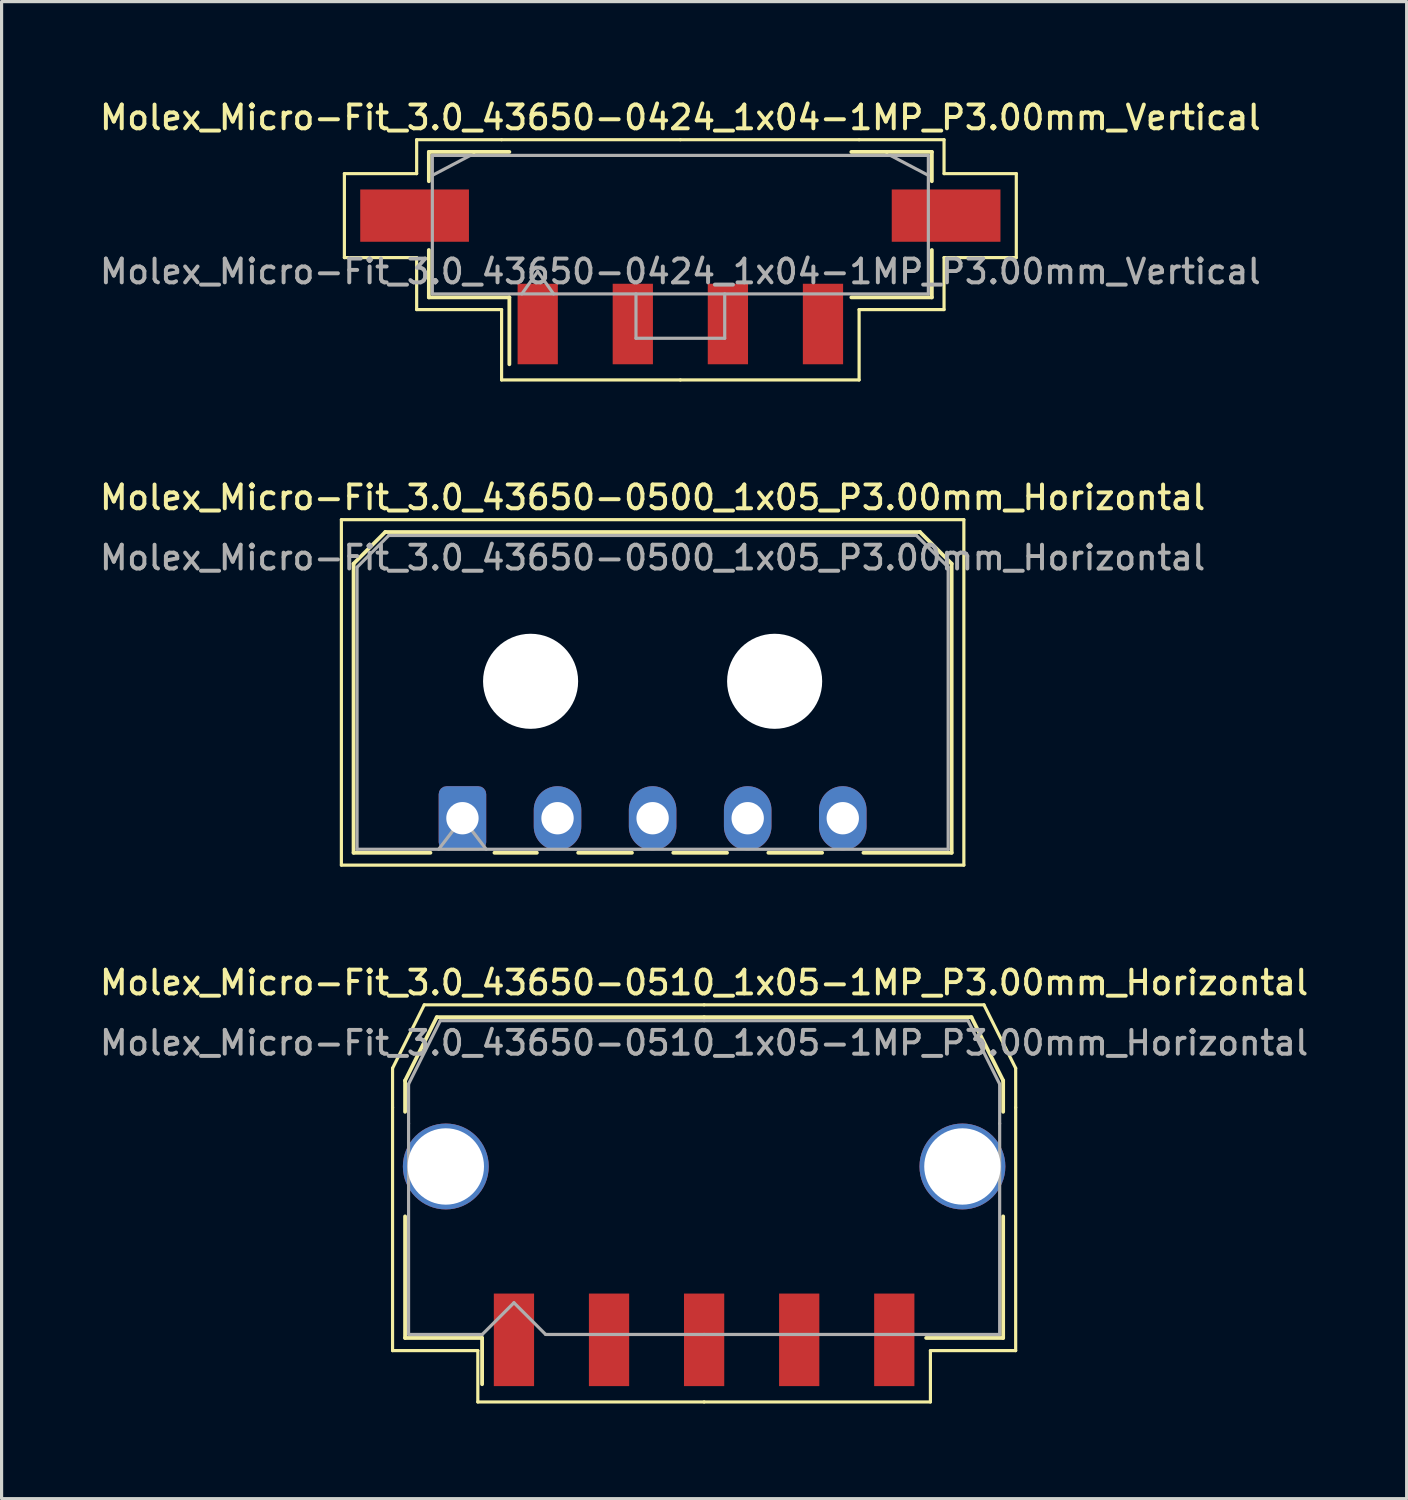
<source format=kicad_pcb>
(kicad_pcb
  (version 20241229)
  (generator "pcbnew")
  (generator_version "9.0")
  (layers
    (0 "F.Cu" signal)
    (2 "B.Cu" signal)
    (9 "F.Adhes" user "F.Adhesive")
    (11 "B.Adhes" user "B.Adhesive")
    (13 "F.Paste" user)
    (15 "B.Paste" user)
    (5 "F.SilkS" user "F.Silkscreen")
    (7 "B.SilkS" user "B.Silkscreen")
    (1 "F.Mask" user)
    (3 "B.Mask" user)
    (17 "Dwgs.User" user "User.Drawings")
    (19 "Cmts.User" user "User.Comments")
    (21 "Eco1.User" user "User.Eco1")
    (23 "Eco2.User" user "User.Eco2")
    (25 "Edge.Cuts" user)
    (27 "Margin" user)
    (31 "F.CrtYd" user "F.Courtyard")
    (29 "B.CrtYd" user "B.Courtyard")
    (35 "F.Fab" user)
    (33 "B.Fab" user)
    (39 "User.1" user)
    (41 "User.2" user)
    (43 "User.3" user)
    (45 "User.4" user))
  (footprint "Molex_Micro-Fit_3.0_43650-0510_1x05-1MP_P3.00mm_Horizontal"
    (layer "F.Cu")
    (at 19.166 34.104)
    (property "Reference" "Molex_Micro-Fit_3.0_43650-0510_1x05-1MP_P3.00mm_Horizontal" (at 0 -6.15 0) (layer "F.SilkS") (effects (font (size 0.75 0.75) (thickness 0.125))))
    (attr smd)
    (fp_line (start -9.83 -3.45) (end -9.83 -2.21) (stroke (width 0.1) (type solid)) (layer "F.SilkS"))
    (fp_line (start -9.83 -2.21) (end -9.83 5.46) (stroke (width 0.1) (type solid)) (layer "F.SilkS"))
    (fp_line (start -9.83 5.46) (end -7.14 5.46) (stroke (width 0.1) (type solid)) (layer "F.SilkS"))
    (fp_line (start -9.435 -3.06) (end -9.435 -2.075) (stroke (width 0.12) (type solid)) (layer "F.SilkS"))
    (fp_line (start -9.435 1.225) (end -9.435 5.06) (stroke (width 0.12) (type solid)) (layer "F.SilkS"))
    (fp_line (start -9.435 5.06) (end -7.005 5.06) (stroke (width 0.12) (type solid)) (layer "F.SilkS"))
    (fp_line (start -8.83 -5.45) (end -9.83 -3.45) (stroke (width 0.1) (type solid)) (layer "F.SilkS"))
    (fp_line (start -8.435 -5.06) (end -9.435 -3.06) (stroke (width 0.12) (type solid)) (layer "F.SilkS"))
    (fp_line (start -7.14 5.46) (end -7.14 7.08) (stroke (width 0.1) (type solid)) (layer "F.SilkS"))
    (fp_line (start -7.14 7.08) (end 0 7.08) (stroke (width 0.1) (type solid)) (layer "F.SilkS"))
    (fp_line (start -7.005 5.06) (end -7.005 6.52) (stroke (width 0.12) (type solid)) (layer "F.SilkS"))
    (fp_line (start 0 -5.45) (end -8.83 -5.45) (stroke (width 0.1) (type solid)) (layer "F.SilkS"))
    (fp_line (start 0 -5.45) (end 8.83 -5.45) (stroke (width 0.1) (type solid)) (layer "F.SilkS"))
    (fp_line (start 0 -5.06) (end -8.435 -5.06) (stroke (width 0.12) (type solid)) (layer "F.SilkS"))
    (fp_line (start 0 -5.06) (end 8.435 -5.06) (stroke (width 0.12) (type solid)) (layer "F.SilkS"))
    (fp_line (start 7.14 5.46) (end 7.14 7.08) (stroke (width 0.1) (type solid)) (layer "F.SilkS"))
    (fp_line (start 7.14 7.08) (end 0 7.08) (stroke (width 0.1) (type solid)) (layer "F.SilkS"))
    (fp_line (start 8.435 -5.06) (end 9.435 -3.06) (stroke (width 0.12) (type solid)) (layer "F.SilkS"))
    (fp_line (start 8.83 -5.45) (end 9.83 -3.45) (stroke (width 0.1) (type solid)) (layer "F.SilkS"))
    (fp_line (start 9.435 -3.06) (end 9.435 -2.075) (stroke (width 0.12) (type solid)) (layer "F.SilkS"))
    (fp_line (start 9.435 1.225) (end 9.435 5.06) (stroke (width 0.12) (type solid)) (layer "F.SilkS"))
    (fp_line (start 9.435 5.06) (end 7.005 5.06) (stroke (width 0.12) (type solid)) (layer "F.SilkS"))
    (fp_line (start 9.83 -3.45) (end 9.83 -2.21) (stroke (width 0.1) (type solid)) (layer "F.SilkS"))
    (fp_line (start 9.83 -2.21) (end 9.83 5.46) (stroke (width 0.1) (type solid)) (layer "F.SilkS"))
    (fp_line (start 9.83 5.46) (end 7.14 5.46) (stroke (width 0.1) (type solid)) (layer "F.SilkS"))
    (fp_line (start -9.325 -2.95) (end -9.325 -1.705) (stroke (width 0.1) (type solid)) (layer "F.Fab"))
    (fp_line (start -9.325 -1.705) (end -9.325 4.95) (stroke (width 0.1) (type solid)) (layer "F.Fab"))
    (fp_line (start -9.325 4.95) (end -7 4.95) (stroke (width 0.1) (type solid)) (layer "F.Fab"))
    (fp_line (start -8.325 -4.95) (end -9.325 -2.95) (stroke (width 0.1) (type solid)) (layer "F.Fab"))
    (fp_line (start -7 4.95) (end -6 3.95) (stroke (width 0.1) (type solid)) (layer "F.Fab"))
    (fp_line (start -6 3.95) (end -5 4.95) (stroke (width 0.1) (type solid)) (layer "F.Fab"))
    (fp_line (start -5 4.95) (end 0 4.95) (stroke (width 0.1) (type solid)) (layer "F.Fab"))
    (fp_line (start 0 -4.95) (end -8.325 -4.95) (stroke (width 0.1) (type solid)) (layer "F.Fab"))
    (fp_line (start 0 -4.95) (end 8.325 -4.95) (stroke (width 0.1) (type solid)) (layer "F.Fab"))
    (fp_line (start 6.635 4.95) (end 0 4.95) (stroke (width 0.1) (type solid)) (layer "F.Fab"))
    (fp_line (start 8.325 -4.95) (end 9.325 -2.95) (stroke (width 0.1) (type solid)) (layer "F.Fab"))
    (fp_line (start 9.325 -2.95) (end 9.325 -1.705) (stroke (width 0.1) (type solid)) (layer "F.Fab"))
    (fp_line (start 9.325 -1.705) (end 9.325 4.95) (stroke (width 0.1) (type solid)) (layer "F.Fab"))
    (fp_line (start 9.325 4.95) (end 6.635 4.95) (stroke (width 0.1) (type solid)) (layer "F.Fab"))
    (fp_text user "${REFERENCE}" (at 0 -4.25 0) (layer "F.Fab") (effects (font (size 0.75 0.75) (thickness 0.125))))
    (pad "1" smd rect (at -6 5.12) (size 1.27 2.92) (layers "F.Cu" "F.Mask" "F.Paste"))
    (pad "2" smd rect (at -3 5.12) (size 1.27 2.92) (layers "F.Cu" "F.Mask" "F.Paste"))
    (pad "3" smd rect (at 0 5.12) (size 1.27 2.92) (layers "F.Cu" "F.Mask" "F.Paste"))
    (pad "4" smd rect (at 3 5.12) (size 1.27 2.92) (layers "F.Cu" "F.Mask" "F.Paste"))
    (pad "5" smd rect (at 6 5.12) (size 1.27 2.92) (layers "F.Cu" "F.Mask" "F.Paste"))
    (pad "MP" thru_hole circle (at -8.15 -0.35) (size 2.71 2.71) (drill 2.41) (property pad_prop_heatsink) (layers "*.Cu" "*.Mask"))
    (pad "MP" thru_hole circle (at 8.15 -0.35) (size 2.71 2.71) (drill 2.41) (property pad_prop_heatsink) (layers "*.Cu" "*.Mask")))
  (footprint "Molex_Micro-Fit_3.0_43650-0424_1x04-1MP_P3.00mm_Vertical"
    (layer "F.Cu")
    (at 18.416 4.038)
    (property "Reference" "Molex_Micro-Fit_3.0_43650-0424_1x04-1MP_P3.00mm_Vertical" (at 0 -3.38 0) (layer "F.SilkS") (effects (font (size 0.75 0.75) (thickness 0.125))))
    (attr smd)
    (fp_line (start -10.6 -1.61) (end -10.6 1.04) (stroke (width 0.1) (type solid)) (layer "F.SilkS"))
    (fp_line (start -10.6 1.04) (end -8.32 1.04) (stroke (width 0.1) (type solid)) (layer "F.SilkS"))
    (fp_line (start -8.32 -2.68) (end -8.32 -1.61) (stroke (width 0.1) (type solid)) (layer "F.SilkS"))
    (fp_line (start -8.32 -1.61) (end -10.6 -1.61) (stroke (width 0.1) (type solid)) (layer "F.SilkS"))
    (fp_line (start -8.32 1.04) (end -8.32 2.68) (stroke (width 0.1) (type solid)) (layer "F.SilkS"))
    (fp_line (start -8.32 2.68) (end -5.64 2.68) (stroke (width 0.1) (type solid)) (layer "F.SilkS"))
    (fp_line (start -7.935 -2.295) (end -6.515 -2.295) (stroke (width 0.12) (type solid)) (layer "F.SilkS"))
    (fp_line (start -7.935 -1.37) (end -7.935 -2.295) (stroke (width 0.12) (type solid)) (layer "F.SilkS"))
    (fp_line (start -7.935 0.8) (end -7.935 2.295) (stroke (width 0.12) (type solid)) (layer "F.SilkS"))
    (fp_line (start -7.935 2.295) (end -5.395 2.295) (stroke (width 0.12) (type solid)) (layer "F.SilkS"))
    (fp_line (start -6.515 -2.295) (end -6.515 -2.295) (stroke (width 0.12) (type solid)) (layer "F.SilkS"))
    (fp_line (start -6.515 -2.295) (end -5.395 -2.295) (stroke (width 0.12) (type solid)) (layer "F.SilkS"))
    (fp_line (start -5.64 -2.68) (end -8.32 -2.68) (stroke (width 0.1) (type solid)) (layer "F.SilkS"))
    (fp_line (start -5.64 2.68) (end -5.64 4.9) (stroke (width 0.1) (type solid)) (layer "F.SilkS"))
    (fp_line (start -5.64 4.9) (end 0 4.9) (stroke (width 0.1) (type solid)) (layer "F.SilkS"))
    (fp_line (start -5.395 2.295) (end -5.395 4.405) (stroke (width 0.12) (type solid)) (layer "F.SilkS"))
    (fp_line (start 0 -2.68) (end -5.64 -2.68) (stroke (width 0.1) (type solid)) (layer "F.SilkS"))
    (fp_line (start 0 -2.68) (end 5.64 -2.68) (stroke (width 0.1) (type solid)) (layer "F.SilkS"))
    (fp_line (start 5.64 -2.68) (end 8.32 -2.68) (stroke (width 0.1) (type solid)) (layer "F.SilkS"))
    (fp_line (start 5.64 2.68) (end 5.64 4.9) (stroke (width 0.1) (type solid)) (layer "F.SilkS"))
    (fp_line (start 5.64 4.9) (end 0 4.9) (stroke (width 0.1) (type solid)) (layer "F.SilkS"))
    (fp_line (start 6.515 -2.295) (end 5.395 -2.295) (stroke (width 0.12) (type solid)) (layer "F.SilkS"))
    (fp_line (start 6.515 -2.295) (end 6.515 -2.295) (stroke (width 0.12) (type solid)) (layer "F.SilkS"))
    (fp_line (start 7.935 -2.295) (end 6.515 -2.295) (stroke (width 0.12) (type solid)) (layer "F.SilkS"))
    (fp_line (start 7.935 -1.37) (end 7.935 -2.295) (stroke (width 0.12) (type solid)) (layer "F.SilkS"))
    (fp_line (start 7.935 0.8) (end 7.935 2.295) (stroke (width 0.12) (type solid)) (layer "F.SilkS"))
    (fp_line (start 7.935 2.295) (end 5.395 2.295) (stroke (width 0.12) (type solid)) (layer "F.SilkS"))
    (fp_line (start 8.32 -2.68) (end 8.32 -1.61) (stroke (width 0.1) (type solid)) (layer "F.SilkS"))
    (fp_line (start 8.32 -1.61) (end 10.6 -1.61) (stroke (width 0.1) (type solid)) (layer "F.SilkS"))
    (fp_line (start 8.32 1.04) (end 8.32 2.68) (stroke (width 0.1) (type solid)) (layer "F.SilkS"))
    (fp_line (start 8.32 2.68) (end 5.64 2.68) (stroke (width 0.1) (type solid)) (layer "F.SilkS"))
    (fp_line (start 10.6 -1.61) (end 10.6 1.04) (stroke (width 0.1) (type solid)) (layer "F.SilkS"))
    (fp_line (start 10.6 1.04) (end 8.32 1.04) (stroke (width 0.1) (type solid)) (layer "F.SilkS"))
    (fp_line (start -7.825 -2.185) (end -7.825 2.185) (stroke (width 0.1) (type solid)) (layer "F.Fab"))
    (fp_line (start -7.825 -1.555) (end -6.625 -2.185) (stroke (width 0.1) (type solid)) (layer "F.Fab"))
    (fp_line (start -7.825 2.185) (end 7.825 2.185) (stroke (width 0.1) (type solid)) (layer "F.Fab"))
    (fp_line (start -6.625 -2.185) (end -7.825 -2.185) (stroke (width 0.1) (type solid)) (layer "F.Fab"))
    (fp_line (start -6.625 -2.185) (end -6.625 -2.185) (stroke (width 0.1) (type solid)) (layer "F.Fab"))
    (fp_line (start -5 2.185) (end -4.5 1.478) (stroke (width 0.1) (type solid)) (layer "F.Fab"))
    (fp_line (start -4.5 1.478) (end -4 2.185) (stroke (width 0.1) (type solid)) (layer "F.Fab"))
    (fp_line (start -1.4 2.185) (end -1.4 3.585) (stroke (width 0.1) (type solid)) (layer "F.Fab"))
    (fp_line (start -1.4 3.585) (end 1.4 3.585) (stroke (width 0.1) (type solid)) (layer "F.Fab"))
    (fp_line (start 1.4 3.585) (end 1.4 2.185) (stroke (width 0.1) (type solid)) (layer "F.Fab"))
    (fp_line (start 6.625 -2.185) (end -6.625 -2.185) (stroke (width 0.1) (type solid)) (layer "F.Fab"))
    (fp_line (start 6.625 -2.185) (end 6.625 -2.185) (stroke (width 0.1) (type solid)) (layer "F.Fab"))
    (fp_line (start 7.825 -2.185) (end 6.625 -2.185) (stroke (width 0.1) (type solid)) (layer "F.Fab"))
    (fp_line (start 7.825 -1.555) (end 6.625 -2.185) (stroke (width 0.1) (type solid)) (layer "F.Fab"))
    (fp_line (start 7.825 2.185) (end 7.825 -2.185) (stroke (width 0.1) (type solid)) (layer "F.Fab"))
    (fp_text user "${REFERENCE}" (at 0 1.48 0) (layer "F.Fab") (effects (font (size 0.75 0.75) (thickness 0.125))))
    (pad "1" smd rect (at -4.5 3.135) (size 1.27 2.54) (layers "F.Cu" "F.Mask" "F.Paste"))
    (pad "2" smd rect (at -1.5 3.135) (size 1.27 2.54) (layers "F.Cu" "F.Mask" "F.Paste"))
    (pad "3" smd rect (at 1.5 3.135) (size 1.27 2.54) (layers "F.Cu" "F.Mask" "F.Paste"))
    (pad "4" smd rect (at 4.5 3.135) (size 1.27 2.54) (layers "F.Cu" "F.Mask" "F.Paste"))
    (pad "MP" smd rect (at -8.385 -0.285) (size 3.43 1.65) (layers "F.Cu" "F.Mask" "F.Paste"))
    (pad "MP" smd rect (at 8.385 -0.285) (size 3.43 1.65) (layers "F.Cu" "F.Mask" "F.Paste")))
  (footprint "Molex_Micro-Fit_3.0_43650-0500_1x05_P3.00mm_Horizontal"
    (layer "F.Cu")
    (at 11.541 22.766)
    (property "Reference" "Molex_Micro-Fit_3.0_43650-0500_1x05_P3.00mm_Horizontal" (at 6 -10.12 0) (layer "F.SilkS") (effects (font (size 0.75 0.75) (thickness 0.125))))
    (attr through_hole)
    (fp_line (start -3.82 -9.42) (end 15.82 -9.42) (stroke (width 0.1) (type solid)) (layer "F.SilkS"))
    (fp_line (start -3.82 1.48) (end -3.82 -9.42) (stroke (width 0.1) (type solid)) (layer "F.SilkS"))
    (fp_line (start -3.435 -8.03) (end -2.435 -9.03) (stroke (width 0.12) (type solid)) (layer "F.SilkS"))
    (fp_line (start -3.435 1.09) (end -3.435 -8.03) (stroke (width 0.12) (type solid)) (layer "F.SilkS"))
    (fp_line (start -3.435 1.09) (end -1.01 1.09) (stroke (width 0.12) (type solid)) (layer "F.SilkS"))
    (fp_line (start -2.435 -9.03) (end 14.435 -9.03) (stroke (width 0.12) (type solid)) (layer "F.SilkS"))
    (fp_line (start 1.01 1.09) (end 2.348 1.09) (stroke (width 0.12) (type solid)) (layer "F.SilkS"))
    (fp_line (start 3.652 1.09) (end 5.348 1.09) (stroke (width 0.12) (type solid)) (layer "F.SilkS"))
    (fp_line (start 6.652 1.09) (end 8.348 1.09) (stroke (width 0.12) (type solid)) (layer "F.SilkS"))
    (fp_line (start 9.652 1.09) (end 11.348 1.09) (stroke (width 0.12) (type solid)) (layer "F.SilkS"))
    (fp_line (start 14.435 -9.03) (end 15.435 -8.03) (stroke (width 0.12) (type solid)) (layer "F.SilkS"))
    (fp_line (start 15.435 -8.03) (end 15.435 1.09) (stroke (width 0.12) (type solid)) (layer "F.SilkS"))
    (fp_line (start 15.435 1.09) (end 12.652 1.09) (stroke (width 0.12) (type solid)) (layer "F.SilkS"))
    (fp_line (start 15.82 -9.42) (end 15.82 1.48) (stroke (width 0.1) (type solid)) (layer "F.SilkS"))
    (fp_line (start 15.82 1.48) (end -3.82 1.48) (stroke (width 0.1) (type solid)) (layer "F.SilkS"))
    (fp_line (start -3.325 -7.92) (end -2.325 -8.92) (stroke (width 0.1) (type solid)) (layer "F.Fab"))
    (fp_line (start -3.325 0.98) (end -3.325 -7.92) (stroke (width 0.1) (type solid)) (layer "F.Fab"))
    (fp_line (start -2.325 -8.92) (end 14.325 -8.92) (stroke (width 0.1) (type solid)) (layer "F.Fab"))
    (fp_line (start -0.75 0.98) (end 0 0) (stroke (width 0.1) (type solid)) (layer "F.Fab"))
    (fp_line (start 0 0) (end 0.75 0.98) (stroke (width 0.1) (type solid)) (layer "F.Fab"))
    (fp_line (start 14.325 -8.92) (end 15.325 -7.92) (stroke (width 0.1) (type solid)) (layer "F.Fab"))
    (fp_line (start 15.325 -7.92) (end 15.325 0.98) (stroke (width 0.1) (type solid)) (layer "F.Fab"))
    (fp_line (start 15.325 0.98) (end -3.325 0.98) (stroke (width 0.1) (type solid)) (layer "F.Fab"))
    (fp_text user "${REFERENCE}" (at 6 -8.22 0) (layer "F.Fab") (effects (font (size 0.75 0.75) (thickness 0.125))))
    (pad "" np_thru_hole circle (at 2.15 -4.32) (size 3 3) (drill 3) (layers "*.Cu" "*.Mask"))
    (pad "" np_thru_hole circle (at 9.85 -4.32) (size 3 3) (drill 3) (layers "*.Cu" "*.Mask"))
    (pad "1" thru_hole roundrect (at 0 0) (size 1.5 2.02) (drill 1.02) (layers "*.Cu" "*.Mask") (roundrect_rratio 0.167))
    (pad "2" thru_hole oval (at 3 0) (size 1.5 2.02) (drill 1.02) (layers "*.Cu" "*.Mask"))
    (pad "3" thru_hole oval (at 6 0) (size 1.5 2.02) (drill 1.02) (layers "*.Cu" "*.Mask"))
    (pad "4" thru_hole oval (at 9 0) (size 1.5 2.02) (drill 1.02) (layers "*.Cu" "*.Mask"))
    (pad "5" thru_hole oval (at 12 0) (size 1.5 2.02) (drill 1.02) (layers "*.Cu" "*.Mask")))
  (gr_rect
    (start -3 -3)
    (end 41.332 44.234)
    (stroke (width 0.1) (type default))
    (fill no)
    (layer "Edge.Cuts")))
</source>
